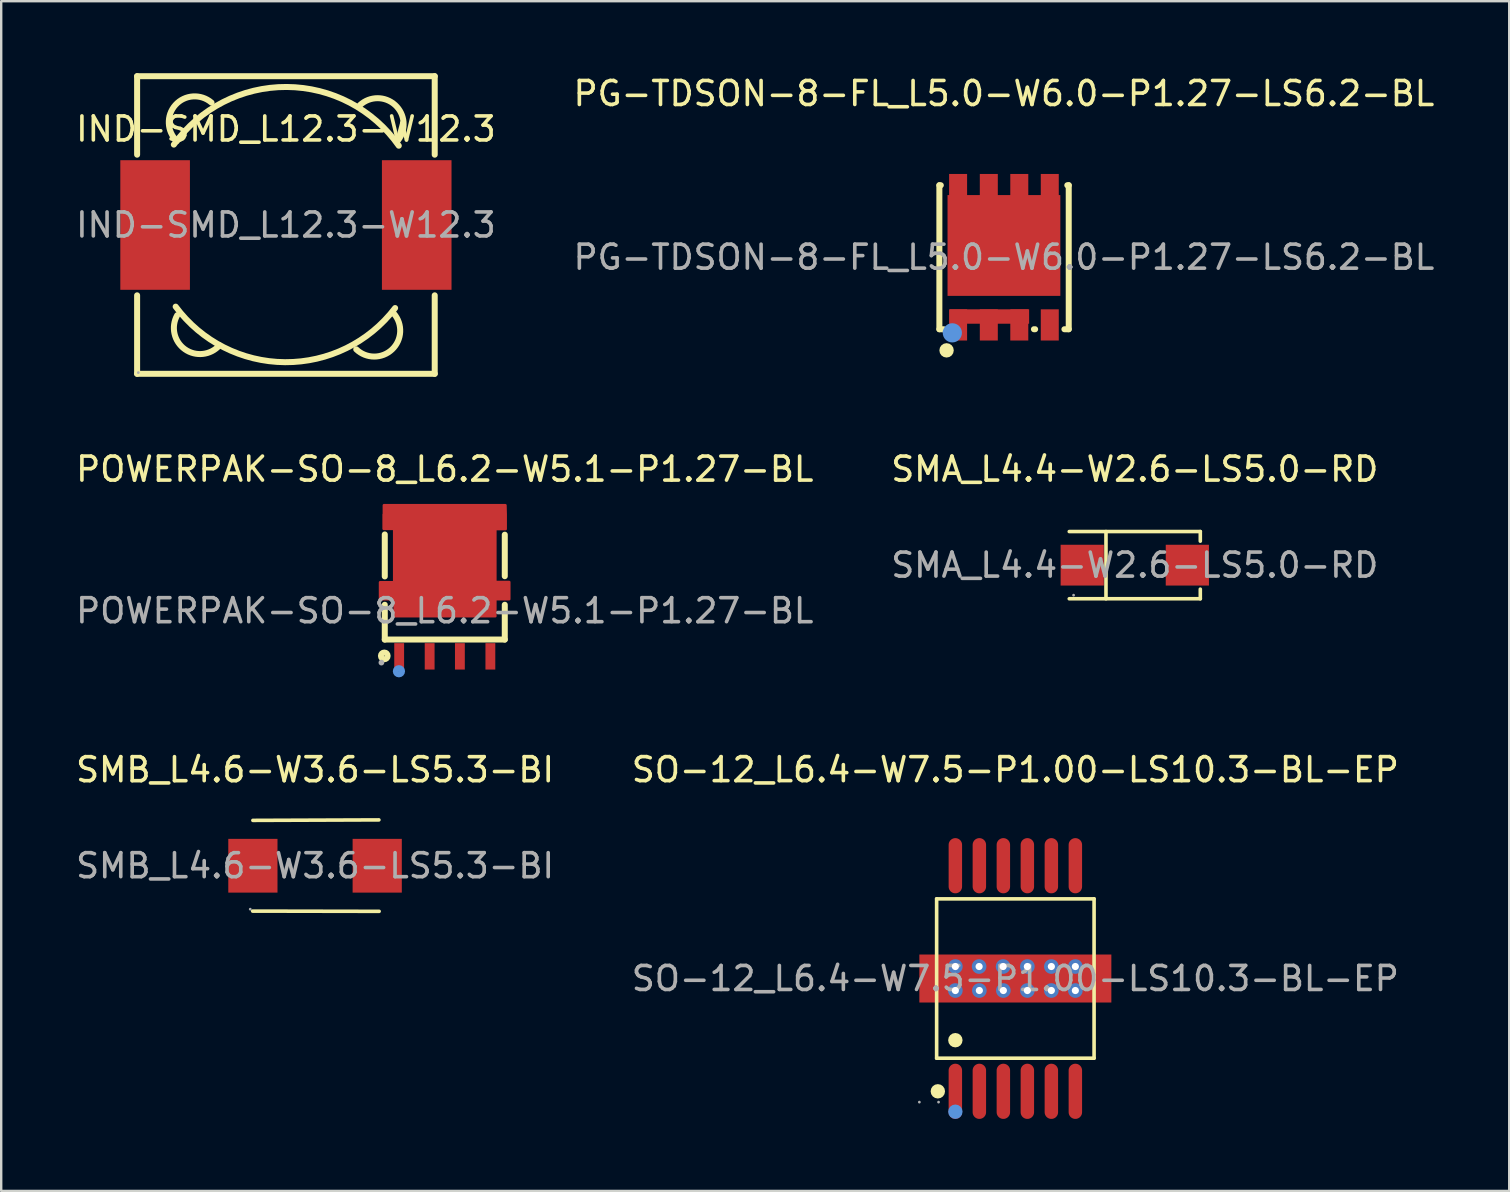
<source format=kicad_pcb>
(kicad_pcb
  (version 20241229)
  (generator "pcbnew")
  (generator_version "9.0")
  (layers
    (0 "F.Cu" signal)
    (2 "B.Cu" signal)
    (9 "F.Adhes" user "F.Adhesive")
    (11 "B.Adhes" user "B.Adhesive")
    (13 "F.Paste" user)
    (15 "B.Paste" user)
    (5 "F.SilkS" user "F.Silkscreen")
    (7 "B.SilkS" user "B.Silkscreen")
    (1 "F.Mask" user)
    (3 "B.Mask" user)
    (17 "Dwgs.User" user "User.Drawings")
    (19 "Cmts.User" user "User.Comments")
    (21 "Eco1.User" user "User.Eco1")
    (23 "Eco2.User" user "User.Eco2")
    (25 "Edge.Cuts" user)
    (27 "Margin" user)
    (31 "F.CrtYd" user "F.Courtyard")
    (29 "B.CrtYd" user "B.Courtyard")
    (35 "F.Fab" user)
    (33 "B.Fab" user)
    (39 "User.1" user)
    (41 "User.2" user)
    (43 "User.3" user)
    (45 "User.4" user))
  (footprint "POWERPAK-SO-8_L6.2-W5.1-P1.27-BL"
    (layer "F.Cu")
    (at 15.482 22.398)
    (property "Reference" "POWERPAK-SO-8_L6.2-W5.1-P1.27-BL" (at 0 -5.9 0) (layer "F.SilkS") (effects (font (size 1 1) (thickness 0.15))))
    (attr smd)
    (fp_line (start -2.5 -1.43) (end -2.5 -3.18) (stroke (width 0.25) (type solid)) (layer "F.SilkS"))
    (fp_line (start -2.5 1.2) (end -2.5 -0.25) (stroke (width 0.25) (type solid)) (layer "F.SilkS"))
    (fp_line (start 2.5 -1.44) (end 2.5 -3.17) (stroke (width 0.25) (type solid)) (layer "F.SilkS"))
    (fp_line (start 2.5 1.2) (end -2.5 1.2) (stroke (width 0.25) (type solid)) (layer "F.SilkS"))
    (fp_line (start 2.5 1.2) (end 2.5 -0.25) (stroke (width 0.25) (type solid)) (layer "F.SilkS"))
    (fp_circle (center -2.52 1.88) (end -2.38 1.88) (stroke (width 0.25) (type solid)) (fill no) (layer "F.SilkS"))
    (fp_circle (center -1.91 2.52) (end -1.78 2.52) (stroke (width 0.25) (type solid)) (fill no) (layer "Cmts.User"))
    (fp_circle (center -2.64 2.16) (end -2.58 2.16) (stroke (width 0.12) (type solid)) (fill no) (layer "F.Fab"))
    (fp_text user "${REFERENCE}" (at 0 0 0) (layer "F.Fab") (effects (font (size 1 1) (thickness 0.15))))
    (pad "1" smd rect (at -1.9 1.9) (size 0.41 1.1) (layers "F.Cu" "F.Mask" "F.Paste"))
    (pad "2" smd rect (at -0.63 1.9) (size 0.41 1.1) (layers "F.Cu" "F.Mask" "F.Paste"))
    (pad "3" smd rect (at 0.63 1.9) (size 0.41 1.1) (layers "F.Cu" "F.Mask" "F.Paste"))
    (pad "4" smd rect (at 1.9 1.9) (size 0.41 1.1) (layers "F.Cu" "F.Mask" "F.Paste"))
    (pad "5" smd custom (at 0 -1.9) (size 0.01 0.01) (layers "F.Cu" "F.Mask" "F.Paste") (options (anchor circle)) (primitives (gr_poly (pts (xy -2.54 -2.5) (xy 2.53 -2.5) (xy 2.54 -2.12) (xy 2.54 -1.5) (xy 2.11 -1.5) (xy 2.11 0.7) (xy 2.69 0.7) (xy 2.69 1.42) (xy 2.11 1.42) (xy 2.11 2.13) (xy -2.09 2.13) (xy -2.09 1.42) (xy -2.7 1.42) (xy -2.7 0.71) (xy -2.11 0.71) (xy -2.11 -1.51) (xy -2.55 -1.51) (xy -2.55 -2.12) (xy -2.54 -2.12)) (width 0.1) (fill yes)))))
  (footprint "IND-SMD_L12.3-W12.3"
    (layer "F.Cu")
    (at 8.863 6.325)
    (property "Reference" "IND-SMD_L12.3-W12.3" (at 0 -4 0) (layer "F.SilkS") (effects (font (size 1 1) (thickness 0.15))))
    (attr through_hole)
    (fp_line (start -6.2 -6.2) (end -6.2 -2.93) (stroke (width 0.25) (type solid)) (layer "F.SilkS"))
    (fp_line (start -6.2 -6.2) (end 6.2 -6.2) (stroke (width 0.25) (type solid)) (layer "F.SilkS"))
    (fp_line (start -6.2 2.93) (end -6.2 6.2) (stroke (width 0.25) (type solid)) (layer "F.SilkS"))
    (fp_line (start -6.2 6.2) (end 6.2 6.2) (stroke (width 0.25) (type solid)) (layer "F.SilkS"))
    (fp_line (start 6.2 -2.93) (end 6.2 -6.2) (stroke (width 0.25) (type solid)) (layer "F.SilkS"))
    (fp_line (start 6.2 6.2) (end 6.2 2.93) (stroke (width 0.25) (type solid)) (layer "F.SilkS"))
    (fp_arc (start -4.67 -3.35) (mid 0.028307 -5.751402) (end 4.702706 -3.30379) (stroke (width 0.25) (type solid)) (layer "F.SilkS"))
    (fp_arc (start -4.541273 -3.497112) (mid -4.60171 -5.000875) (end -3.1 -5.1) (stroke (width 0.25) (type solid)) (layer "F.SilkS"))
    (fp_arc (start -2.768116 5.014047) (mid -4.210815 5.176269) (end -4.53 3.76) (stroke (width 0.25) (type solid)) (layer "F.SilkS"))
    (fp_arc (start 3.086836 -4.998543) (mid 4.552024 -4.999588) (end 4.68 -3.54) (stroke (width 0.25) (type solid)) (layer "F.SilkS"))
    (fp_arc (start 4.499953 3.6939) (mid 4.423873 5.185846) (end 2.93 5.18) (stroke (width 0.25) (type solid)) (layer "F.SilkS"))
    (fp_arc (start 4.55 3.46) (mid -0.036493 5.71601) (end -4.593807 3.401622) (stroke (width 0.25) (type solid)) (layer "F.SilkS"))
    (fp_circle (center -6.15 6.15) (end -6.12 6.15) (stroke (width 0.06) (type solid)) (fill no) (layer "F.Fab"))
    (fp_text user "${REFERENCE}" (at 0 0 0) (layer "F.Fab") (effects (font (size 1 1) (thickness 0.15))))
    (pad "1" smd rect (at -5.45 0) (size 2.9 5.4) (layers "F.Cu" "F.Mask" "F.Paste"))
    (pad "2" smd rect (at 5.45 0) (size 2.9 5.4) (layers "F.Cu" "F.Mask" "F.Paste")))
  (footprint "SMB_L4.6-W3.6-LS5.3-BI"
    (layer "F.Cu")
    (at 10.077 33.022)
    (property "Reference" "SMB_L4.6-W3.6-LS5.3-BI" (at 0 -4 0) (layer "F.SilkS") (effects (font (size 1 1) (thickness 0.15))))
    (attr smd)
    (fp_line (start 2.66 -1.91) (end -2.59 -1.89) (stroke (width 0.15) (type solid)) (layer "F.SilkS"))
    (fp_line (start 2.67 1.9) (end -2.6 1.89) (stroke (width 0.15) (type solid)) (layer "F.SilkS"))
    (fp_circle (center -2.7 1.81) (end -2.67 1.81) (stroke (width 0.06) (type solid)) (fill no) (layer "F.Fab"))
    (fp_text user "${REFERENCE}" (at 0 0 0) (layer "F.Fab") (effects (font (size 1 1) (thickness 0.15))))
    (pad "1" smd rect (at -2.59 0) (size 2.05 2.24) (layers "F.Cu" "F.Mask" "F.Paste"))
    (pad "2" smd rect (at 2.59 0) (size 2.05 2.24) (layers "F.Cu" "F.Mask" "F.Paste")))
  (footprint "PG-TDSON-8-FL_L5.0-W6.0-P1.27-LS6.2-BL"
    (layer "F.Cu")
    (at 38.78 7.668)
    (property "Reference" "PG-TDSON-8-FL_L5.0-W6.0-P1.27-LS6.2-BL" (at 0 -6.82 0) (layer "F.SilkS") (effects (font (size 1 1) (thickness 0.15))))
    (attr smd)
    (fp_line (start -2.69 -3) (end -2.63 -3) (stroke (width 0.25) (type solid)) (layer "F.SilkS"))
    (fp_line (start -2.69 3) (end -2.69 -3) (stroke (width 0.25) (type solid)) (layer "F.SilkS"))
    (fp_line (start -2.69 3) (end -2.51 3) (stroke (width 0.25) (type solid)) (layer "F.SilkS"))
    (fp_line (start 1.25 3) (end 1.3 3) (stroke (width 0.25) (type solid)) (layer "F.SilkS"))
    (fp_line (start 2.52 3) (end 2.7 3) (stroke (width 0.25) (type solid)) (layer "F.SilkS"))
    (fp_line (start 2.64 -3) (end 2.7 -3) (stroke (width 0.25) (type solid)) (layer "F.SilkS"))
    (fp_line (start 2.7 -3) (end 2.7 3) (stroke (width 0.25) (type solid)) (layer "F.SilkS"))
    (fp_circle (center -2.39 3.88) (end -2.24 3.88) (stroke (width 0.3) (type solid)) (fill no) (layer "F.SilkS"))
    (fp_circle (center -2.15 3.15) (end -1.95 3.15) (stroke (width 0.4) (type solid)) (fill no) (layer "Cmts.User"))
    (fp_circle (center -2.5 3.1) (end -2.47 3.1) (stroke (width 0.06) (type solid)) (fill no) (layer "F.Fab"))
    (fp_text user "${REFERENCE}" (at 0 0 0) (layer "F.Fab") (effects (font (size 1 1) (thickness 0.15))))
    (pad "1" smd rect (at -1.91 2.82 90) (size 1.3 0.75) (layers "F.Cu" "F.Mask" "F.Paste"))
    (pad "2" smd rect (at -0.63 2.82 90) (size 1.3 0.75) (layers "F.Cu" "F.Mask" "F.Paste"))
    (pad "3" smd rect (at -0.6 2.47 90) (size 0.6 3.3) (layers "F.Cu" "F.Mask" "F.Paste"))
    (pad "3" smd rect (at 0.64 2.82 90) (size 1.3 0.75) (layers "F.Cu" "F.Mask" "F.Paste"))
    (pad "4" smd rect (at 1.91 2.82 90) (size 1.3 0.75) (layers "F.Cu" "F.Mask" "F.Paste"))
    (pad "5" smd rect (at 1.91 -2.82 270) (size 1.3 0.75) (layers "F.Cu" "F.Mask" "F.Paste"))
    (pad "6" smd rect (at 0.64 -2.82 270) (size 1.3 0.75) (layers "F.Cu" "F.Mask" "F.Paste"))
    (pad "7" smd rect (at -0.63 -2.82 270) (size 1.3 0.75) (layers "F.Cu" "F.Mask" "F.Paste"))
    (pad "8" smd rect (at -1.91 -2.82 270) (size 1.3 0.75) (layers "F.Cu" "F.Mask" "F.Paste"))
    (pad "8" smd rect (at 0 -0.49) (size 4.7 4.2) (layers "F.Cu" "F.Mask" "F.Paste")))
  (footprint "SO-12_L6.4-W7.5-P1.00-LS10.3-BL-EP"
    (layer "F.Cu")
    (at 39.256 37.721)
    (property "Reference" "SO-12_L6.4-W7.5-P1.00-LS10.3-BL-EP" (at 0 -8.7 0) (layer "F.SilkS") (effects (font (size 1 1) (thickness 0.15))))
    (attr smd)
    (fp_line (start -3.28 -3.32) (end 3.28 -3.32) (stroke (width 0.15) (type solid)) (layer "F.SilkS"))
    (fp_line (start -3.28 3.32) (end -3.28 -3.32) (stroke (width 0.15) (type solid)) (layer "F.SilkS"))
    (fp_line (start 3.28 -3.32) (end 3.28 3.32) (stroke (width 0.15) (type solid)) (layer "F.SilkS"))
    (fp_line (start 3.28 3.32) (end -3.28 3.32) (stroke (width 0.15) (type solid)) (layer "F.SilkS"))
    (fp_circle (center -3.23 4.7) (end -3.08 4.7) (stroke (width 0.3) (type solid)) (fill no) (layer "F.SilkS"))
    (fp_circle (center -2.5 2.57) (end -2.35 2.57) (stroke (width 0.3) (type solid)) (fill no) (layer "F.SilkS"))
    (fp_circle (center -2.5 5.55) (end -2.35 5.55) (stroke (width 0.3) (type solid)) (fill no) (layer "Cmts.User"))
    (fp_circle (center -4 5.15) (end -3.97 5.15) (stroke (width 0.06) (type solid)) (fill no) (layer "F.Fab"))
    (fp_circle (center -3.2 5.15) (end -3.17 5.15) (stroke (width 0.06) (type solid)) (fill no) (layer "F.Fab"))
    (fp_text user "${REFERENCE}" (at 0 0 0) (layer "F.Fab") (effects (font (size 1 1) (thickness 0.15))))
    (pad "" thru_hole circle (at -2.5 -0.5) (size 0.61 0.61) (drill 0.3) (layers "*.Cu" "*.Paste" "*.Mask"))
    (pad "" thru_hole circle (at -2.5 0.5) (size 0.61 0.61) (drill 0.3) (layers "*.Cu" "*.Paste" "*.Mask"))
    (pad "" thru_hole circle (at -1.51 -0.5) (size 0.61 0.61) (drill 0.3) (layers "*.Cu" "*.Paste" "*.Mask"))
    (pad "" thru_hole circle (at -1.5 0.5) (size 0.61 0.61) (drill 0.3) (layers "*.Cu" "*.Paste" "*.Mask"))
    (pad "" thru_hole circle (at -0.51 -0.5) (size 0.61 0.61) (drill 0.3) (layers "*.Cu" "*.Paste" "*.Mask"))
    (pad "" thru_hole circle (at -0.5 0.5) (size 0.61 0.61) (drill 0.3) (layers "*.Cu" "*.Paste" "*.Mask"))
    (pad "" thru_hole circle (at 0.5 -0.5) (size 0.61 0.61) (drill 0.3) (layers "*.Cu" "*.Paste" "*.Mask"))
    (pad "" thru_hole circle (at 0.5 0.5) (size 0.61 0.61) (drill 0.3) (layers "*.Cu" "*.Paste" "*.Mask"))
    (pad "" thru_hole circle (at 1.5 -0.5) (size 0.61 0.61) (drill 0.3) (layers "*.Cu" "*.Paste" "*.Mask"))
    (pad "" thru_hole circle (at 1.5 0.5) (size 0.61 0.61) (drill 0.3) (layers "*.Cu" "*.Paste" "*.Mask"))
    (pad "" thru_hole circle (at 2.5 -0.5) (size 0.61 0.61) (drill 0.3) (layers "*.Cu" "*.Paste" "*.Mask"))
    (pad "" thru_hole circle (at 2.5 0.5) (size 0.61 0.61) (drill 0.3) (layers "*.Cu" "*.Paste" "*.Mask"))
    (pad "1" smd oval (at -2.5 4.7) (size 0.56 2.3) (layers "F.Cu" "F.Mask" "F.Paste"))
    (pad "2" smd oval (at -1.5 4.7) (size 0.56 2.3) (layers "F.Cu" "F.Mask" "F.Paste"))
    (pad "3" smd oval (at -0.5 4.7) (size 0.56 2.3) (layers "F.Cu" "F.Mask" "F.Paste"))
    (pad "4" smd oval (at 0.5 4.7) (size 0.56 2.3) (layers "F.Cu" "F.Mask" "F.Paste"))
    (pad "5" smd oval (at 1.5 4.7) (size 0.56 2.3) (layers "F.Cu" "F.Mask" "F.Paste"))
    (pad "6" smd oval (at 2.5 4.7) (size 0.56 2.3) (layers "F.Cu" "F.Mask" "F.Paste"))
    (pad "7" smd oval (at 2.5 -4.7) (size 0.56 2.3) (layers "F.Cu" "F.Mask" "F.Paste"))
    (pad "8" smd oval (at 1.5 -4.7) (size 0.56 2.3) (layers "F.Cu" "F.Mask" "F.Paste"))
    (pad "9" smd oval (at 0.5 -4.7) (size 0.56 2.3) (layers "F.Cu" "F.Mask" "F.Paste"))
    (pad "10" smd oval (at -0.5 -4.7) (size 0.56 2.3) (layers "F.Cu" "F.Mask" "F.Paste"))
    (pad "11" smd oval (at -1.5 -4.7) (size 0.56 2.3) (layers "F.Cu" "F.Mask" "F.Paste"))
    (pad "12" smd oval (at -2.5 -4.7) (size 0.56 2.3) (layers "F.Cu" "F.Mask" "F.Paste"))
    (pad "13" smd rect (at 0 0) (size 8 2) (layers "F.Cu" "F.Mask" "F.Paste")))
  (footprint "SMA_L4.4-W2.6-LS5.0-RD"
    (layer "F.Cu")
    (at 44.232 20.498)
    (property "Reference" "SMA_L4.4-W2.6-LS5.0-RD" (at 0 -4 0) (layer "F.SilkS") (effects (font (size 1 1) (thickness 0.15))))
    (attr smd)
    (fp_line (start -2.73 -1.4) (end 2.73 -1.4) (stroke (width 0.15) (type solid)) (layer "F.SilkS"))
    (fp_line (start -2.73 1.4) (end 2.73 1.4) (stroke (width 0.15) (type solid)) (layer "F.SilkS"))
    (fp_line (start -1.2 -1.4) (end -1.2 1.4) (stroke (width 0.15) (type solid)) (layer "F.SilkS"))
    (fp_line (start 2.73 -1.4) (end 2.73 -1) (stroke (width 0.15) (type solid)) (layer "F.SilkS"))
    (fp_line (start 2.73 1.4) (end 2.73 1) (stroke (width 0.15) (type solid)) (layer "F.SilkS"))
    (fp_circle (center -2.55 1.25) (end -2.52 1.25) (stroke (width 0.06) (type solid)) (fill no) (layer "F.Fab"))
    (fp_text user "${REFERENCE}" (at 0 0 0) (layer "F.Fab") (effects (font (size 1 1) (thickness 0.15))))
    (pad "1" smd rect (at -2.19 0) (size 1.8 1.7) (layers "F.Cu" "F.Mask" "F.Paste"))
    (pad "2" smd rect (at 2.19 0) (size 1.8 1.7) (layers "F.Cu" "F.Mask" "F.Paste")))
  (gr_rect
    (start -3 -3)
    (end 59.833 46.572)
    (stroke (width 0.1) (type default))
    (fill no)
    (layer "Edge.Cuts")))
</source>
